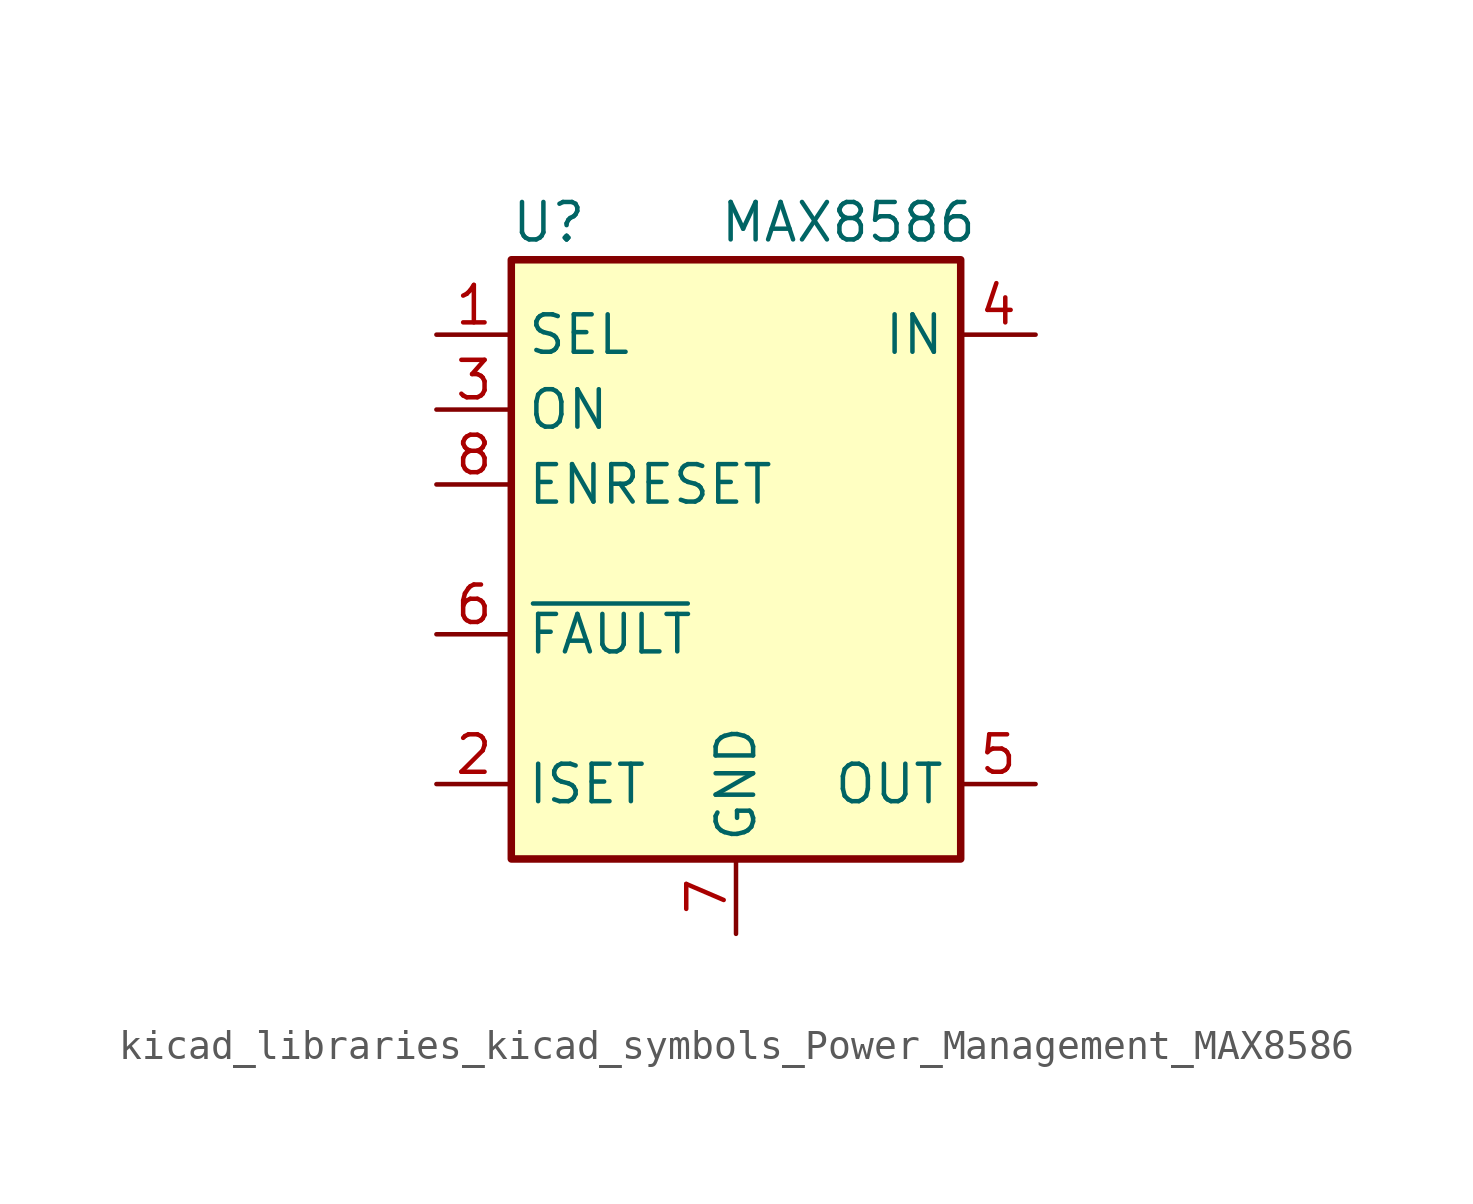
<source format=kicad_sym>
(kicad_symbol_lib
  (version 20220914)
  (generator kicad_symbol_editor)
  (symbol "kicad_libraries_kicad_symbols_Power_Management_MAX8586"
    (property "Reference" "U"
      (at -6.35 11.43 0)
      (effects (font (size 1.27 1.27))))
    (property "Value" "MAX8586"
      (at 3.81 11.43 0)
      (effects (font (size 1.27 1.27))))
    (symbol "kicad_libraries_kicad_symbols_Power_Management_MAX8586_0_1"
      (rectangle (start -7.62 10.16) (end 7.62 -10.16) (stroke (width 0.254) (type default)) (fill (type background))))
    (symbol "kicad_libraries_kicad_symbols_Power_Management_MAX8586_1_1"
      (pin input line (at -10.16 7.62 0) (length 2.54) (name "SEL" (effects (font (size 1.27 1.27)))) (number "1" (effects (font (size 1.27 1.27)))))
      (pin input line (at -10.16 -7.62 0) (length 2.54) (name "ISET" (effects (font (size 1.27 1.27)))) (number "2" (effects (font (size 1.27 1.27)))))
      (pin input line (at -10.16 5.08 0) (length 2.54) (name "ON" (effects (font (size 1.27 1.27)))) (number "3" (effects (font (size 1.27 1.27)))))
      (pin power_in line (at 10.16 7.62 180) (length 2.54) (name "IN" (effects (font (size 1.27 1.27)))) (number "4" (effects (font (size 1.27 1.27)))))
      (pin power_out line (at 10.16 -7.62 180) (length 2.54) (name "OUT" (effects (font (size 1.27 1.27)))) (number "5" (effects (font (size 1.27 1.27)))))
      (pin open_collector line (at -10.16 -2.54 0) (length 2.54) (name "~{FAULT}" (effects (font (size 1.27 1.27)))) (number "6" (effects (font (size 1.27 1.27)))))
      (pin power_in line (at 0 -12.7 90) (length 2.54) (name "GND" (effects (font (size 1.27 1.27)))) (number "7" (effects (font (size 1.27 1.27)))))
      (pin input line (at -10.16 2.54 0) (length 2.54) (name "ENRESET" (effects (font (size 1.27 1.27)))) (number "8" (effects (font (size 1.27 1.27)))))
      (pin passive line (at 0 -12.7 90) (length 2.54) hide (name "GND" (effects (font (size 1.27 1.27)))) (number "9" (effects (font (size 1.27 1.27))))))))
</source>
